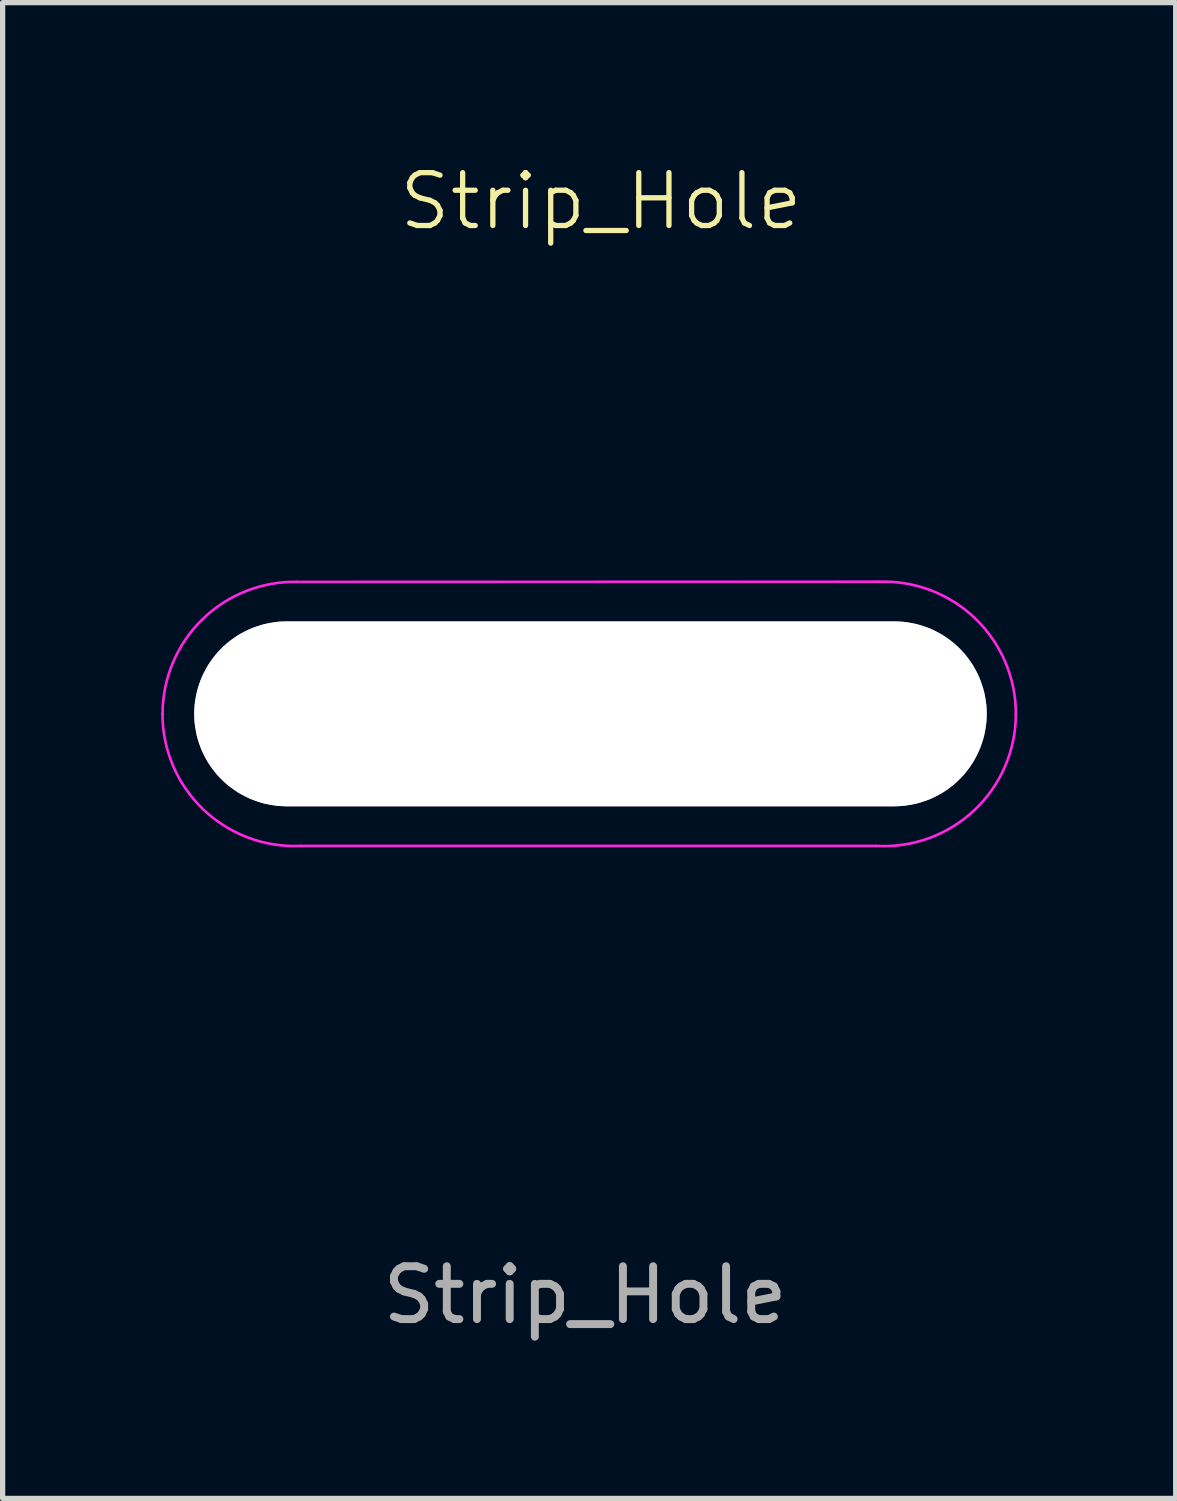
<source format=kicad_pcb>
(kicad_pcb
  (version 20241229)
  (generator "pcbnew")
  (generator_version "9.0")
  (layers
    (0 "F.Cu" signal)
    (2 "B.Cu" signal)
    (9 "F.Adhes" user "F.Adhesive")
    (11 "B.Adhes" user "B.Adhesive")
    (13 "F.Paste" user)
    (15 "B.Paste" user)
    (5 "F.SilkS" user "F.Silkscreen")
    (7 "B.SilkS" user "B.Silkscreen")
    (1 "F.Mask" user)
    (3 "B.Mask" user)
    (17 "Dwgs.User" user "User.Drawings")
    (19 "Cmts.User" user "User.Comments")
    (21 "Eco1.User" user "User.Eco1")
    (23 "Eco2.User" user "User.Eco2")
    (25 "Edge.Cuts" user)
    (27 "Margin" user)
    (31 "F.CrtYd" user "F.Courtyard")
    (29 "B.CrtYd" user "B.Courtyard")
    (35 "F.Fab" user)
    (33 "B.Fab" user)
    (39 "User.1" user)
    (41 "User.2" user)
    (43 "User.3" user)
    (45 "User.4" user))
  (footprint "Strip_Hole"
    (layer "F.Cu")
    (at 8.125 10.46)
    (property "Reference" "Strip_Hole" (at 0.2 -9.7 0) (unlocked yes) (layer "F.SilkS") (effects (font (size 1 1) (thickness 0.1))))
    (attr through_hole)
    (fp_line (start -5.549 -2.497) (end 5.449 -2.5) (stroke (width 0.05) (type default)) (layer "F.CrtYd"))
    (fp_line (start -5.486 2.5) (end 5.4 2.5) (stroke (width 0.05) (type default)) (layer "F.CrtYd"))
    (fp_arc (start -8.097882 0) (mid -7.34809 -1.784263) (end -5.548847 -2.497358) (stroke (width 0.05) (type default)) (layer "F.CrtYd"))
    (fp_arc (start -5.486372 2.499794) (mid -7.327954 1.809017) (end -8.1 0) (stroke (width 0.05) (type default)) (layer "F.CrtYd"))
    (fp_arc (start 5.449156 -2.499937) (mid 7.283867 -1.802928) (end 8.051153 0.003521) (stroke (width 0.05) (type default)) (layer "F.CrtYd"))
    (fp_arc (start 8.051153 0.003521) (mid 7.264683 1.824268) (end 5.4 2.5) (stroke (width 0.05) (type default)) (layer "F.CrtYd"))
    (fp_text user "${REFERENCE}" (at -0.1 11 0) (unlocked yes) (layer "F.Fab") (effects (font (size 1 1) (thickness 0.15))))
    (pad "" np_thru_hole roundrect (at 0 0) (size 15 3.5) (drill oval 15 4) (layers "*.Cu" "*.Mask") (roundrect_rratio 0.5)))
  (gr_rect
    (start -3 -3)
    (end 19.201 25.309)
    (stroke (width 0.1) (type default))
    (fill no)
    (layer "Edge.Cuts")))
</source>
